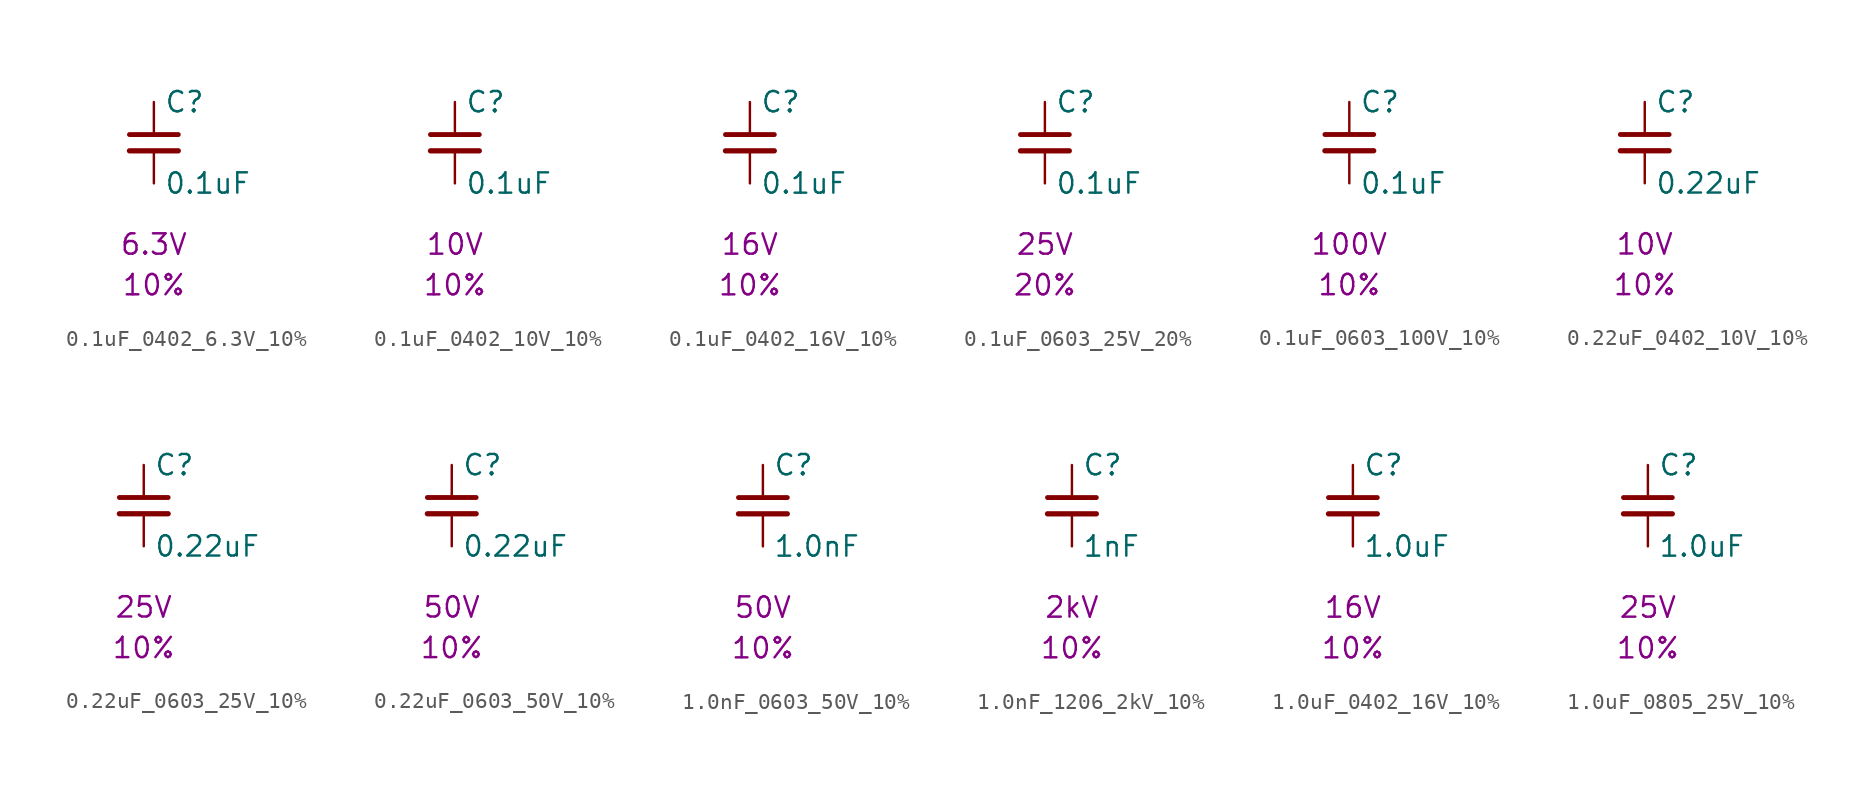
<source format=kicad_sym>
(kicad_symbol_lib
  (version 20231120)
  (generator "kicad_symbol_editor")
  (generator_version "8.0")
  (symbol "0.1uF_0402_6.3V_10%"
    (pin_numbers hide)
    (pin_names
      (offset 0.254))
    (property "Reference" "C"
      (at 0.635 2.54 0)
      (effects (font (size 1.27 1.27)) (justify left)))
    (property "Value" "0.1uF"
      (at 0.635 -2.54 0)
      (effects (font (size 1.27 1.27)) (justify left)))
    (property "Voltage" "6.3V"
      (at 0 -6.35 0)
      (effects (font (size 1.27 1.27))))
    (property "Tolerance" "10%"
      (at 0 -8.89 0)
      (effects (font (size 1.27 1.27))))
    (symbol "0.1uF_0402_6.3V_10%_0_1"
      (polyline (pts (xy -1.524 -0.508) (xy 1.524 -0.508)) (stroke (width 0.33) (type default)) (fill (type none)))
      (polyline (pts (xy -1.524 0.508) (xy 1.524 0.508)) (stroke (width 0.305) (type default)) (fill (type none))))
    (symbol "0.1uF_0402_6.3V_10%_1_1"
      (pin passive line (at 0 2.54 270) (length 2.032) (name "~" (effects (font (size 1.27 1.27)))) (number "1" (effects (font (size 1.27 1.27)))))
      (pin passive line (at 0 -2.54 90) (length 2.032) (name "~" (effects (font (size 1.27 1.27)))) (number "2" (effects (font (size 1.27 1.27)))))))
  (symbol "0.1uF_0402_10V_10%"
    (pin_numbers hide)
    (pin_names
      (offset 0.254))
    (property "Reference" "C"
      (at 0.635 2.54 0)
      (effects (font (size 1.27 1.27)) (justify left)))
    (property "Value" "0.1uF"
      (at 0.635 -2.54 0)
      (effects (font (size 1.27 1.27)) (justify left)))
    (property "Voltage" "10V"
      (at 0 -6.35 0)
      (effects (font (size 1.27 1.27))))
    (property "Tolerance" "10%"
      (at 0 -8.89 0)
      (effects (font (size 1.27 1.27))))
    (symbol "0.1uF_0402_10V_10%_0_1"
      (polyline (pts (xy -1.524 -0.508) (xy 1.524 -0.508)) (stroke (width 0.33) (type default)) (fill (type none)))
      (polyline (pts (xy -1.524 0.508) (xy 1.524 0.508)) (stroke (width 0.305) (type default)) (fill (type none))))
    (symbol "0.1uF_0402_10V_10%_1_1"
      (pin passive line (at 0 2.54 270) (length 2.032) (name "~" (effects (font (size 1.27 1.27)))) (number "1" (effects (font (size 1.27 1.27)))))
      (pin passive line (at 0 -2.54 90) (length 2.032) (name "~" (effects (font (size 1.27 1.27)))) (number "2" (effects (font (size 1.27 1.27)))))))
  (symbol "0.1uF_0402_16V_10%"
    (pin_numbers hide)
    (pin_names
      (offset 0.254))
    (property "Reference" "C"
      (at 0.635 2.54 0)
      (effects (font (size 1.27 1.27)) (justify left)))
    (property "Value" "0.1uF"
      (at 0.635 -2.54 0)
      (effects (font (size 1.27 1.27)) (justify left)))
    (property "Voltage" "16V"
      (at 0 -6.35 0)
      (effects (font (size 1.27 1.27))))
    (property "Tolerance" "10%"
      (at 0 -8.89 0)
      (effects (font (size 1.27 1.27))))
    (symbol "0.1uF_0402_16V_10%_0_1"
      (polyline (pts (xy -1.524 -0.508) (xy 1.524 -0.508)) (stroke (width 0.33) (type default)) (fill (type none)))
      (polyline (pts (xy -1.524 0.508) (xy 1.524 0.508)) (stroke (width 0.305) (type default)) (fill (type none))))
    (symbol "0.1uF_0402_16V_10%_1_1"
      (pin passive line (at 0 2.54 270) (length 2.032) (name "~" (effects (font (size 1.27 1.27)))) (number "1" (effects (font (size 1.27 1.27)))))
      (pin passive line (at 0 -2.54 90) (length 2.032) (name "~" (effects (font (size 1.27 1.27)))) (number "2" (effects (font (size 1.27 1.27)))))))
  (symbol "0.1uF_0603_25V_20%"
    (pin_numbers hide)
    (pin_names
      (offset 0.254))
    (property "Reference" "C"
      (at 0.635 2.54 0)
      (effects (font (size 1.27 1.27)) (justify left)))
    (property "Value" "0.1uF"
      (at 0.635 -2.54 0)
      (effects (font (size 1.27 1.27)) (justify left)))
    (property "Voltage" "25V"
      (at 0 -6.35 0)
      (effects (font (size 1.27 1.27))))
    (property "Tolerance" "20%"
      (at 0 -8.89 0)
      (effects (font (size 1.27 1.27))))
    (symbol "0.1uF_0603_25V_20%_0_1"
      (polyline (pts (xy -1.524 -0.508) (xy 1.524 -0.508)) (stroke (width 0.33) (type default)) (fill (type none)))
      (polyline (pts (xy -1.524 0.508) (xy 1.524 0.508)) (stroke (width 0.305) (type default)) (fill (type none))))
    (symbol "0.1uF_0603_25V_20%_1_1"
      (pin passive line (at 0 2.54 270) (length 2.032) (name "~" (effects (font (size 1.27 1.27)))) (number "1" (effects (font (size 1.27 1.27)))))
      (pin passive line (at 0 -2.54 90) (length 2.032) (name "~" (effects (font (size 1.27 1.27)))) (number "2" (effects (font (size 1.27 1.27)))))))
  (symbol "0.1uF_0603_100V_10%"
    (pin_numbers hide)
    (pin_names
      (offset 0.254))
    (property "Reference" "C"
      (at 0.635 2.54 0)
      (effects (font (size 1.27 1.27)) (justify left)))
    (property "Value" "0.1uF"
      (at 0.635 -2.54 0)
      (effects (font (size 1.27 1.27)) (justify left)))
    (property "Voltage" "100V"
      (at 0 -6.35 0)
      (effects (font (size 1.27 1.27))))
    (property "Tolerance" "10%"
      (at 0 -8.89 0)
      (effects (font (size 1.27 1.27))))
    (symbol "0.1uF_0603_100V_10%_0_1"
      (polyline (pts (xy -1.524 -0.508) (xy 1.524 -0.508)) (stroke (width 0.33) (type default)) (fill (type none)))
      (polyline (pts (xy -1.524 0.508) (xy 1.524 0.508)) (stroke (width 0.305) (type default)) (fill (type none))))
    (symbol "0.1uF_0603_100V_10%_1_1"
      (pin passive line (at 0 2.54 270) (length 2.032) (name "~" (effects (font (size 1.27 1.27)))) (number "1" (effects (font (size 1.27 1.27)))))
      (pin passive line (at 0 -2.54 90) (length 2.032) (name "~" (effects (font (size 1.27 1.27)))) (number "2" (effects (font (size 1.27 1.27)))))))
  (symbol "0.22uF_0402_10V_10%"
    (pin_numbers hide)
    (pin_names
      (offset 0.254))
    (property "Reference" "C"
      (at 0.635 2.54 0)
      (effects (font (size 1.27 1.27)) (justify left)))
    (property "Value" "0.22uF"
      (at 0.635 -2.54 0)
      (effects (font (size 1.27 1.27)) (justify left)))
    (property "Voltage" "10V"
      (at 0 -6.35 0)
      (effects (font (size 1.27 1.27))))
    (property "Tolerance" "10%"
      (at 0 -8.89 0)
      (effects (font (size 1.27 1.27))))
    (symbol "0.22uF_0402_10V_10%_0_1"
      (polyline (pts (xy -1.524 -0.508) (xy 1.524 -0.508)) (stroke (width 0.33) (type default)) (fill (type none)))
      (polyline (pts (xy -1.524 0.508) (xy 1.524 0.508)) (stroke (width 0.305) (type default)) (fill (type none))))
    (symbol "0.22uF_0402_10V_10%_1_1"
      (pin passive line (at 0 2.54 270) (length 2.032) (name "~" (effects (font (size 1.27 1.27)))) (number "1" (effects (font (size 1.27 1.27)))))
      (pin passive line (at 0 -2.54 90) (length 2.032) (name "~" (effects (font (size 1.27 1.27)))) (number "2" (effects (font (size 1.27 1.27)))))))
  (symbol "0.22uF_0603_25V_10%"
    (pin_numbers hide)
    (pin_names
      (offset 0.254))
    (property "Reference" "C"
      (at 0.635 2.54 0)
      (effects (font (size 1.27 1.27)) (justify left)))
    (property "Value" "0.22uF"
      (at 0.635 -2.54 0)
      (effects (font (size 1.27 1.27)) (justify left)))
    (property "Voltage" "25V"
      (at 0 -6.35 0)
      (effects (font (size 1.27 1.27))))
    (property "Tolerance" "10%"
      (at 0 -8.89 0)
      (effects (font (size 1.27 1.27))))
    (symbol "0.22uF_0603_25V_10%_0_1"
      (polyline (pts (xy -1.524 -0.508) (xy 1.524 -0.508)) (stroke (width 0.33) (type default)) (fill (type none)))
      (polyline (pts (xy -1.524 0.508) (xy 1.524 0.508)) (stroke (width 0.305) (type default)) (fill (type none))))
    (symbol "0.22uF_0603_25V_10%_1_1"
      (pin passive line (at 0 2.54 270) (length 2.032) (name "~" (effects (font (size 1.27 1.27)))) (number "1" (effects (font (size 1.27 1.27)))))
      (pin passive line (at 0 -2.54 90) (length 2.032) (name "~" (effects (font (size 1.27 1.27)))) (number "2" (effects (font (size 1.27 1.27)))))))
  (symbol "0.22uF_0603_50V_10%"
    (pin_numbers hide)
    (pin_names
      (offset 0.254))
    (property "Reference" "C"
      (at 0.635 2.54 0)
      (effects (font (size 1.27 1.27)) (justify left)))
    (property "Value" "0.22uF"
      (at 0.635 -2.54 0)
      (effects (font (size 1.27 1.27)) (justify left)))
    (property "Voltage" "50V"
      (at 0 -6.35 0)
      (effects (font (size 1.27 1.27))))
    (property "Tolerance" "10%"
      (at 0 -8.89 0)
      (effects (font (size 1.27 1.27))))
    (symbol "0.22uF_0603_50V_10%_0_1"
      (polyline (pts (xy -1.524 -0.508) (xy 1.524 -0.508)) (stroke (width 0.33) (type default)) (fill (type none)))
      (polyline (pts (xy -1.524 0.508) (xy 1.524 0.508)) (stroke (width 0.305) (type default)) (fill (type none))))
    (symbol "0.22uF_0603_50V_10%_1_1"
      (pin passive line (at 0 2.54 270) (length 2.032) (name "~" (effects (font (size 1.27 1.27)))) (number "1" (effects (font (size 1.27 1.27)))))
      (pin passive line (at 0 -2.54 90) (length 2.032) (name "~" (effects (font (size 1.27 1.27)))) (number "2" (effects (font (size 1.27 1.27)))))))
  (symbol "1.0nF_0603_50V_10%"
    (pin_numbers hide)
    (pin_names
      (offset 0.254))
    (property "Reference" "C"
      (at 0.635 2.54 0)
      (effects (font (size 1.27 1.27)) (justify left)))
    (property "Value" "1.0nF"
      (at 0.635 -2.54 0)
      (effects (font (size 1.27 1.27)) (justify left)))
    (property "Voltage" "50V"
      (at 0 -6.35 0)
      (effects (font (size 1.27 1.27))))
    (property "Tolerance" "10%"
      (at 0 -8.89 0)
      (effects (font (size 1.27 1.27))))
    (symbol "1.0nF_0603_50V_10%_0_1"
      (polyline (pts (xy -1.524 -0.508) (xy 1.524 -0.508)) (stroke (width 0.33) (type default)) (fill (type none)))
      (polyline (pts (xy -1.524 0.508) (xy 1.524 0.508)) (stroke (width 0.305) (type default)) (fill (type none))))
    (symbol "1.0nF_0603_50V_10%_1_1"
      (pin passive line (at 0 2.54 270) (length 2.032) (name "~" (effects (font (size 1.27 1.27)))) (number "1" (effects (font (size 1.27 1.27)))))
      (pin passive line (at 0 -2.54 90) (length 2.032) (name "~" (effects (font (size 1.27 1.27)))) (number "2" (effects (font (size 1.27 1.27)))))))
  (symbol "1.0nF_1206_2kV_10%"
    (pin_numbers hide)
    (pin_names
      (offset 0.254))
    (property "Reference" "C"
      (at 0.635 2.54 0)
      (effects (font (size 1.27 1.27)) (justify left)))
    (property "Value" "1nF"
      (at 0.635 -2.54 0)
      (effects (font (size 1.27 1.27)) (justify left)))
    (property "Voltage" "2kV"
      (at 0 -6.35 0)
      (effects (font (size 1.27 1.27))))
    (property "Tolerance" "10%"
      (at 0 -8.89 0)
      (effects (font (size 1.27 1.27))))
    (symbol "1.0nF_1206_2kV_10%_0_1"
      (polyline (pts (xy -1.524 -0.508) (xy 1.524 -0.508)) (stroke (width 0.33) (type default)) (fill (type none)))
      (polyline (pts (xy -1.524 0.508) (xy 1.524 0.508)) (stroke (width 0.305) (type default)) (fill (type none))))
    (symbol "1.0nF_1206_2kV_10%_1_1"
      (pin passive line (at 0 2.54 270) (length 2.032) (name "~" (effects (font (size 1.27 1.27)))) (number "1" (effects (font (size 1.27 1.27)))))
      (pin passive line (at 0 -2.54 90) (length 2.032) (name "~" (effects (font (size 1.27 1.27)))) (number "2" (effects (font (size 1.27 1.27)))))))
  (symbol "1.0uF_0402_16V_10%"
    (pin_numbers hide)
    (pin_names
      (offset 0.254))
    (property "Reference" "C"
      (at 0.635 2.54 0)
      (effects (font (size 1.27 1.27)) (justify left)))
    (property "Value" "1.0uF"
      (at 0.635 -2.54 0)
      (effects (font (size 1.27 1.27)) (justify left)))
    (property "Voltage" "16V"
      (at 0 -6.35 0)
      (effects (font (size 1.27 1.27))))
    (property "Tolerance" "10%"
      (at 0 -8.89 0)
      (effects (font (size 1.27 1.27))))
    (symbol "1.0uF_0402_16V_10%_0_1"
      (polyline (pts (xy -1.524 -0.508) (xy 1.524 -0.508)) (stroke (width 0.33) (type default)) (fill (type none)))
      (polyline (pts (xy -1.524 0.508) (xy 1.524 0.508)) (stroke (width 0.305) (type default)) (fill (type none))))
    (symbol "1.0uF_0402_16V_10%_1_1"
      (pin passive line (at 0 2.54 270) (length 2.032) (name "~" (effects (font (size 1.27 1.27)))) (number "1" (effects (font (size 1.27 1.27)))))
      (pin passive line (at 0 -2.54 90) (length 2.032) (name "~" (effects (font (size 1.27 1.27)))) (number "2" (effects (font (size 1.27 1.27)))))))
  (symbol "1.0uF_0805_25V_10%"
    (pin_numbers hide)
    (pin_names
      (offset 0.254))
    (property "Reference" "C"
      (at 0.635 2.54 0)
      (effects (font (size 1.27 1.27)) (justify left)))
    (property "Value" "1.0uF"
      (at 0.635 -2.54 0)
      (effects (font (size 1.27 1.27)) (justify left)))
    (property "Voltage" "25V"
      (at 0 -6.35 0)
      (effects (font (size 1.27 1.27))))
    (property "Tolerance" "10%"
      (at 0 -8.89 0)
      (effects (font (size 1.27 1.27))))
    (symbol "1.0uF_0805_25V_10%_0_1"
      (polyline (pts (xy -1.524 -0.508) (xy 1.524 -0.508)) (stroke (width 0.33) (type default)) (fill (type none)))
      (polyline (pts (xy -1.524 0.508) (xy 1.524 0.508)) (stroke (width 0.305) (type default)) (fill (type none))))
    (symbol "1.0uF_0805_25V_10%_1_1"
      (pin passive line (at 0 2.54 270) (length 2.032) (name "~" (effects (font (size 1.27 1.27)))) (number "1" (effects (font (size 1.27 1.27)))))
      (pin passive line (at 0 -2.54 90) (length 2.032) (name "~" (effects (font (size 1.27 1.27)))) (number "2" (effects (font (size 1.27 1.27))))))))
</source>
